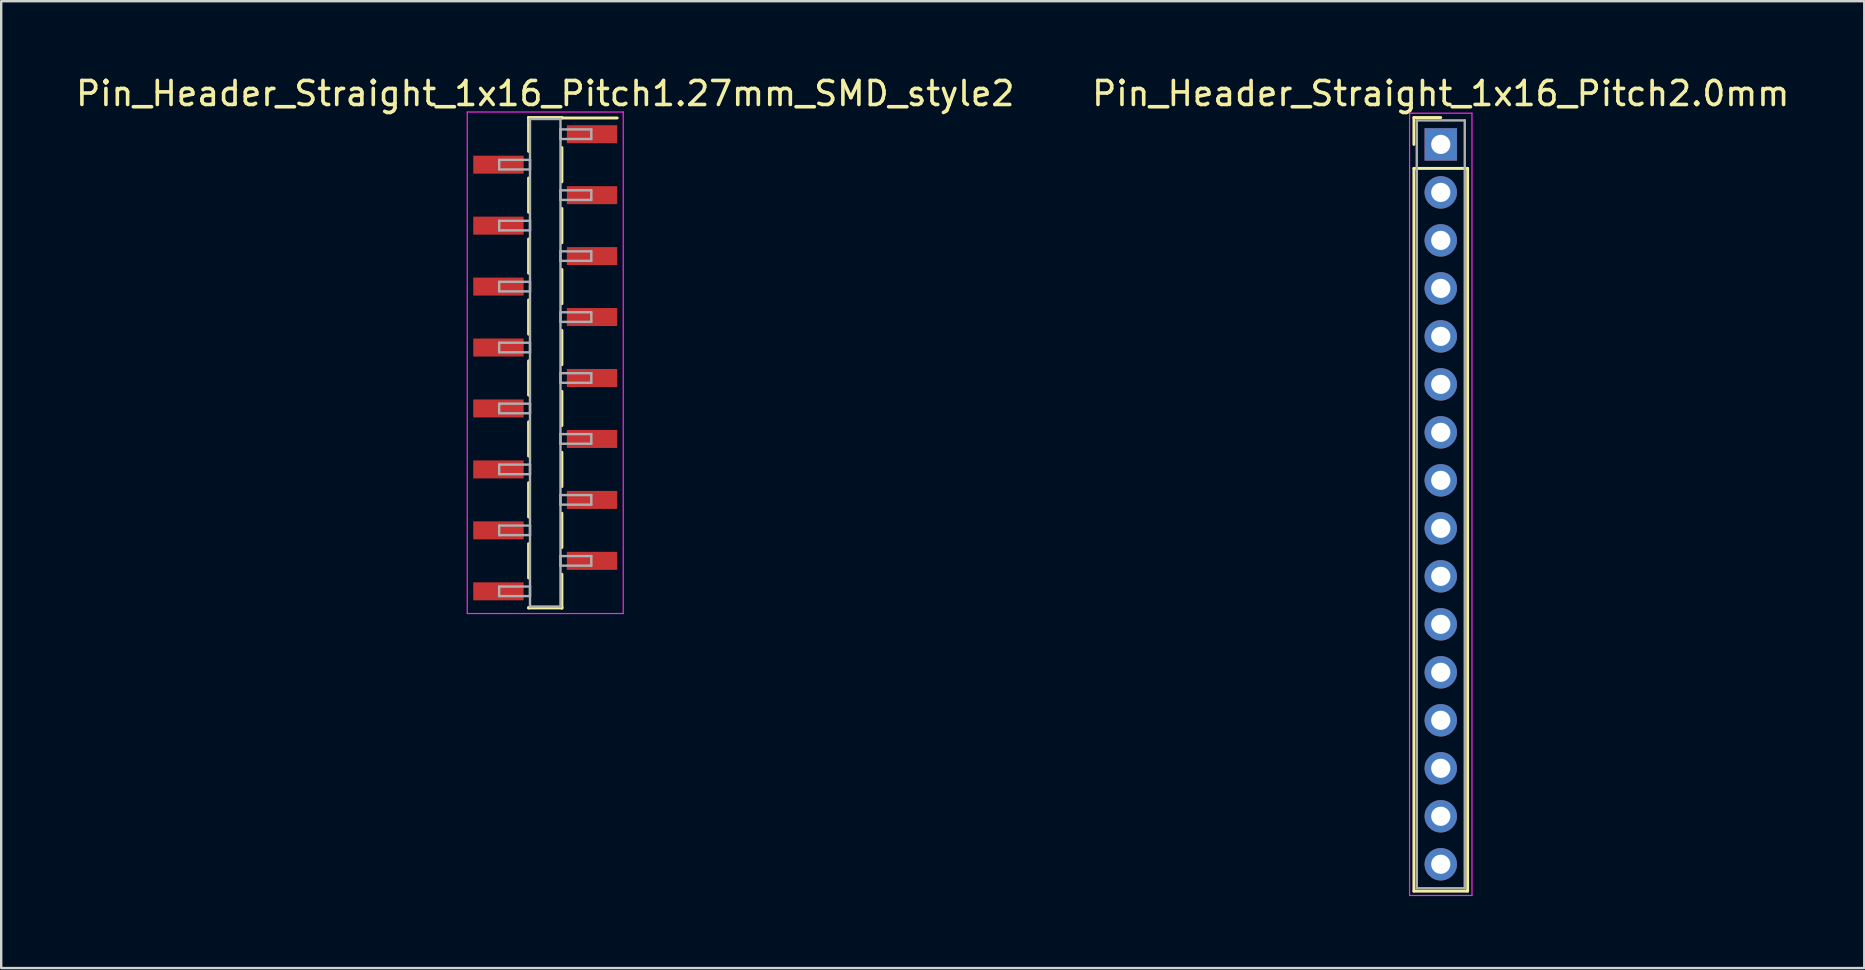
<source format=kicad_pcb>
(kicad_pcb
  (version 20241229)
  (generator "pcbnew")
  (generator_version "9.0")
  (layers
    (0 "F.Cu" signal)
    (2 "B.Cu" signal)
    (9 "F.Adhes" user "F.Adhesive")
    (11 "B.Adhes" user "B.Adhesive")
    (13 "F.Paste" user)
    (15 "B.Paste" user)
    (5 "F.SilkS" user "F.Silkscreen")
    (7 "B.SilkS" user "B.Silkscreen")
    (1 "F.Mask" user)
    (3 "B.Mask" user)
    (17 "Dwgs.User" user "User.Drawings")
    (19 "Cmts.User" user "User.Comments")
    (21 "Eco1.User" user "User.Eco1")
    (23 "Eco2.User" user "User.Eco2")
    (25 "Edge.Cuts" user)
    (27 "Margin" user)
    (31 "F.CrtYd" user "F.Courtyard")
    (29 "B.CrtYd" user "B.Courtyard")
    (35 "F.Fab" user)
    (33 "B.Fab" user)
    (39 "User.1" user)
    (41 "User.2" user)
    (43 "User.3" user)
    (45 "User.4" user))
  (footprint "Pin_Header_Straight_1x16_Pitch2.0mm"
    (layer "F.Cu")
    (at 56.994 2.968)
    (property "Reference" "Pin_Header_Straight_1x16_Pitch2.0mm" (at 0 -2.12 0) (layer "F.SilkS") (effects (font (size 1 1) (thickness 0.15))))
    (attr through_hole)
    (fp_line (start -1.12 -1.12) (end 0 -1.12) (stroke (width 0.12) (type solid)) (layer "F.SilkS"))
    (fp_line (start -1.12 0) (end -1.12 -1.12) (stroke (width 0.12) (type solid)) (layer "F.SilkS"))
    (fp_line (start -1.12 1) (end -1.12 31.12) (stroke (width 0.12) (type solid)) (layer "F.SilkS"))
    (fp_line (start -1.12 31.12) (end 1.12 31.12) (stroke (width 0.12) (type solid)) (layer "F.SilkS"))
    (fp_line (start 1.12 1) (end -1.12 1) (stroke (width 0.12) (type solid)) (layer "F.SilkS"))
    (fp_line (start 1.12 31.12) (end 1.12 1) (stroke (width 0.12) (type solid)) (layer "F.SilkS"))
    (fp_line (start -1.3 -1.3) (end -1.3 31.3) (stroke (width 0.05) (type solid)) (layer "F.CrtYd"))
    (fp_line (start -1.3 31.3) (end 1.3 31.3) (stroke (width 0.05) (type solid)) (layer "F.CrtYd"))
    (fp_line (start 1.3 -1.3) (end -1.3 -1.3) (stroke (width 0.05) (type solid)) (layer "F.CrtYd"))
    (fp_line (start 1.3 31.3) (end 1.3 -1.3) (stroke (width 0.05) (type solid)) (layer "F.CrtYd"))
    (fp_line (start -1 -1) (end -1 31) (stroke (width 0.1) (type solid)) (layer "F.Fab"))
    (fp_line (start -1 31) (end 1 31) (stroke (width 0.1) (type solid)) (layer "F.Fab"))
    (fp_line (start 1 -1) (end -1 -1) (stroke (width 0.1) (type solid)) (layer "F.Fab"))
    (fp_line (start 1 31) (end 1 -1) (stroke (width 0.1) (type solid)) (layer "F.Fab"))
    (pad "1" thru_hole rect (at 0 0) (size 1.35 1.35) (drill 0.8) (layers "*.Cu" "*.Mask"))
    (pad "2" thru_hole oval (at 0 2) (size 1.35 1.35) (drill 0.8) (layers "*.Cu" "*.Mask"))
    (pad "3" thru_hole oval (at 0 4) (size 1.35 1.35) (drill 0.8) (layers "*.Cu" "*.Mask"))
    (pad "4" thru_hole oval (at 0 6) (size 1.35 1.35) (drill 0.8) (layers "*.Cu" "*.Mask"))
    (pad "5" thru_hole oval (at 0 8) (size 1.35 1.35) (drill 0.8) (layers "*.Cu" "*.Mask"))
    (pad "6" thru_hole oval (at 0 10) (size 1.35 1.35) (drill 0.8) (layers "*.Cu" "*.Mask"))
    (pad "7" thru_hole oval (at 0 12) (size 1.35 1.35) (drill 0.8) (layers "*.Cu" "*.Mask"))
    (pad "8" thru_hole oval (at 0 14) (size 1.35 1.35) (drill 0.8) (layers "*.Cu" "*.Mask"))
    (pad "9" thru_hole oval (at 0 16) (size 1.35 1.35) (drill 0.8) (layers "*.Cu" "*.Mask"))
    (pad "10" thru_hole oval (at 0 18) (size 1.35 1.35) (drill 0.8) (layers "*.Cu" "*.Mask"))
    (pad "11" thru_hole oval (at 0 20) (size 1.35 1.35) (drill 0.8) (layers "*.Cu" "*.Mask"))
    (pad "12" thru_hole oval (at 0 22) (size 1.35 1.35) (drill 0.8) (layers "*.Cu" "*.Mask"))
    (pad "13" thru_hole oval (at 0 24) (size 1.35 1.35) (drill 0.8) (layers "*.Cu" "*.Mask"))
    (pad "14" thru_hole oval (at 0 26) (size 1.35 1.35) (drill 0.8) (layers "*.Cu" "*.Mask"))
    (pad "15" thru_hole oval (at 0 28) (size 1.35 1.35) (drill 0.8) (layers "*.Cu" "*.Mask"))
    (pad "16" thru_hole oval (at 0 30) (size 1.35 1.35) (drill 0.8) (layers "*.Cu" "*.Mask")))
  (footprint "Pin_Header_Straight_1x16_Pitch1.27mm_SMD_style2"
    (layer "F.Cu")
    (at 19.673 12.068)
    (property "Reference" "Pin_Header_Straight_1x16_Pitch1.27mm_SMD_style2" (at 0 -11.22 0) (layer "F.SilkS") (effects (font (size 1 1) (thickness 0.15))))
    (attr smd)
    (fp_line (start -0.695 -10.22) (end -0.695 -8.81) (stroke (width 0.12) (type solid)) (layer "F.SilkS"))
    (fp_line (start -0.695 -10.22) (end 0.695 -10.22) (stroke (width 0.12) (type solid)) (layer "F.SilkS"))
    (fp_line (start -0.695 -10.2) (end -0.695 -10.22) (stroke (width 0.12) (type solid)) (layer "F.SilkS"))
    (fp_line (start -0.695 -7.7) (end -0.695 -6.27) (stroke (width 0.12) (type solid)) (layer "F.SilkS"))
    (fp_line (start -0.695 -5.16) (end -0.695 -3.73) (stroke (width 0.12) (type solid)) (layer "F.SilkS"))
    (fp_line (start -0.695 -2.62) (end -0.695 -1.19) (stroke (width 0.12) (type solid)) (layer "F.SilkS"))
    (fp_line (start -0.695 -0.08) (end -0.695 1.35) (stroke (width 0.12) (type solid)) (layer "F.SilkS"))
    (fp_line (start -0.695 2.46) (end -0.695 3.89) (stroke (width 0.12) (type solid)) (layer "F.SilkS"))
    (fp_line (start -0.695 5) (end -0.695 6.43) (stroke (width 0.12) (type solid)) (layer "F.SilkS"))
    (fp_line (start -0.695 7.54) (end -0.695 8.97) (stroke (width 0.12) (type solid)) (layer "F.SilkS"))
    (fp_line (start -0.695 10.2) (end -0.695 10.22) (stroke (width 0.12) (type solid)) (layer "F.SilkS"))
    (fp_line (start -0.695 10.22) (end 0.695 10.22) (stroke (width 0.12) (type solid)) (layer "F.SilkS"))
    (fp_line (start 0.695 -10.22) (end 0.695 -10.2) (stroke (width 0.12) (type solid)) (layer "F.SilkS"))
    (fp_line (start 0.695 -10.2) (end 3 -10.2) (stroke (width 0.12) (type solid)) (layer "F.SilkS"))
    (fp_line (start 0.695 -8.97) (end 0.695 -7.54) (stroke (width 0.12) (type solid)) (layer "F.SilkS"))
    (fp_line (start 0.695 -6.43) (end 0.695 -5) (stroke (width 0.12) (type solid)) (layer "F.SilkS"))
    (fp_line (start 0.695 -3.89) (end 0.695 -2.46) (stroke (width 0.12) (type solid)) (layer "F.SilkS"))
    (fp_line (start 0.695 -1.35) (end 0.695 0.08) (stroke (width 0.12) (type solid)) (layer "F.SilkS"))
    (fp_line (start 0.695 1.19) (end 0.695 2.62) (stroke (width 0.12) (type solid)) (layer "F.SilkS"))
    (fp_line (start 0.695 3.73) (end 0.695 5.16) (stroke (width 0.12) (type solid)) (layer "F.SilkS"))
    (fp_line (start 0.695 6.27) (end 0.695 7.7) (stroke (width 0.12) (type solid)) (layer "F.SilkS"))
    (fp_line (start 0.695 8.81) (end 0.695 10.22) (stroke (width 0.12) (type solid)) (layer "F.SilkS"))
    (fp_line (start 0.695 10.22) (end 0.695 10.2) (stroke (width 0.12) (type solid)) (layer "F.SilkS"))
    (fp_line (start -3.25 -10.45) (end -3.25 10.45) (stroke (width 0.05) (type solid)) (layer "F.CrtYd"))
    (fp_line (start -3.25 10.45) (end 3.25 10.45) (stroke (width 0.05) (type solid)) (layer "F.CrtYd"))
    (fp_line (start 3.25 -10.45) (end -3.25 -10.45) (stroke (width 0.05) (type solid)) (layer "F.CrtYd"))
    (fp_line (start 3.25 10.45) (end 3.25 -10.45) (stroke (width 0.05) (type solid)) (layer "F.CrtYd"))
    (fp_line (start -1.92 -8.455) (end -0.635 -8.455) (stroke (width 0.1) (type solid)) (layer "F.Fab"))
    (fp_line (start -1.92 -8.055) (end -1.92 -8.455) (stroke (width 0.1) (type solid)) (layer "F.Fab"))
    (fp_line (start -1.92 -5.915) (end -0.635 -5.915) (stroke (width 0.1) (type solid)) (layer "F.Fab"))
    (fp_line (start -1.92 -5.515) (end -1.92 -5.915) (stroke (width 0.1) (type solid)) (layer "F.Fab"))
    (fp_line (start -1.92 -3.375) (end -0.635 -3.375) (stroke (width 0.1) (type solid)) (layer "F.Fab"))
    (fp_line (start -1.92 -2.975) (end -1.92 -3.375) (stroke (width 0.1) (type solid)) (layer "F.Fab"))
    (fp_line (start -1.92 -0.835) (end -0.635 -0.835) (stroke (width 0.1) (type solid)) (layer "F.Fab"))
    (fp_line (start -1.92 -0.435) (end -1.92 -0.835) (stroke (width 0.1) (type solid)) (layer "F.Fab"))
    (fp_line (start -1.92 1.705) (end -0.635 1.705) (stroke (width 0.1) (type solid)) (layer "F.Fab"))
    (fp_line (start -1.92 2.105) (end -1.92 1.705) (stroke (width 0.1) (type solid)) (layer "F.Fab"))
    (fp_line (start -1.92 4.245) (end -0.635 4.245) (stroke (width 0.1) (type solid)) (layer "F.Fab"))
    (fp_line (start -1.92 4.645) (end -1.92 4.245) (stroke (width 0.1) (type solid)) (layer "F.Fab"))
    (fp_line (start -1.92 6.785) (end -0.635 6.785) (stroke (width 0.1) (type solid)) (layer "F.Fab"))
    (fp_line (start -1.92 7.185) (end -1.92 6.785) (stroke (width 0.1) (type solid)) (layer "F.Fab"))
    (fp_line (start -1.92 9.325) (end -0.635 9.325) (stroke (width 0.1) (type solid)) (layer "F.Fab"))
    (fp_line (start -1.92 9.725) (end -1.92 9.325) (stroke (width 0.1) (type solid)) (layer "F.Fab"))
    (fp_line (start -0.635 -10.16) (end -0.635 10.16) (stroke (width 0.1) (type solid)) (layer "F.Fab"))
    (fp_line (start -0.635 -8.455) (end -0.635 -8.055) (stroke (width 0.1) (type solid)) (layer "F.Fab"))
    (fp_line (start -0.635 -8.055) (end -1.92 -8.055) (stroke (width 0.1) (type solid)) (layer "F.Fab"))
    (fp_line (start -0.635 -5.915) (end -0.635 -5.515) (stroke (width 0.1) (type solid)) (layer "F.Fab"))
    (fp_line (start -0.635 -5.515) (end -1.92 -5.515) (stroke (width 0.1) (type solid)) (layer "F.Fab"))
    (fp_line (start -0.635 -3.375) (end -0.635 -2.975) (stroke (width 0.1) (type solid)) (layer "F.Fab"))
    (fp_line (start -0.635 -2.975) (end -1.92 -2.975) (stroke (width 0.1) (type solid)) (layer "F.Fab"))
    (fp_line (start -0.635 -0.835) (end -0.635 -0.435) (stroke (width 0.1) (type solid)) (layer "F.Fab"))
    (fp_line (start -0.635 -0.435) (end -1.92 -0.435) (stroke (width 0.1) (type solid)) (layer "F.Fab"))
    (fp_line (start -0.635 1.705) (end -0.635 2.105) (stroke (width 0.1) (type solid)) (layer "F.Fab"))
    (fp_line (start -0.635 2.105) (end -1.92 2.105) (stroke (width 0.1) (type solid)) (layer "F.Fab"))
    (fp_line (start -0.635 4.245) (end -0.635 4.645) (stroke (width 0.1) (type solid)) (layer "F.Fab"))
    (fp_line (start -0.635 4.645) (end -1.92 4.645) (stroke (width 0.1) (type solid)) (layer "F.Fab"))
    (fp_line (start -0.635 6.785) (end -0.635 7.185) (stroke (width 0.1) (type solid)) (layer "F.Fab"))
    (fp_line (start -0.635 7.185) (end -1.92 7.185) (stroke (width 0.1) (type solid)) (layer "F.Fab"))
    (fp_line (start -0.635 9.325) (end -0.635 9.725) (stroke (width 0.1) (type solid)) (layer "F.Fab"))
    (fp_line (start -0.635 9.725) (end -1.92 9.725) (stroke (width 0.1) (type solid)) (layer "F.Fab"))
    (fp_line (start -0.635 10.16) (end 0.635 10.16) (stroke (width 0.1) (type solid)) (layer "F.Fab"))
    (fp_line (start 0.635 -10.16) (end -0.635 -10.16) (stroke (width 0.1) (type solid)) (layer "F.Fab"))
    (fp_line (start 0.635 -9.725) (end 0.635 -9.325) (stroke (width 0.1) (type solid)) (layer "F.Fab"))
    (fp_line (start 0.635 -9.325) (end 1.92 -9.325) (stroke (width 0.1) (type solid)) (layer "F.Fab"))
    (fp_line (start 0.635 -7.185) (end 0.635 -6.785) (stroke (width 0.1) (type solid)) (layer "F.Fab"))
    (fp_line (start 0.635 -6.785) (end 1.92 -6.785) (stroke (width 0.1) (type solid)) (layer "F.Fab"))
    (fp_line (start 0.635 -4.645) (end 0.635 -4.245) (stroke (width 0.1) (type solid)) (layer "F.Fab"))
    (fp_line (start 0.635 -4.245) (end 1.92 -4.245) (stroke (width 0.1) (type solid)) (layer "F.Fab"))
    (fp_line (start 0.635 -2.105) (end 0.635 -1.705) (stroke (width 0.1) (type solid)) (layer "F.Fab"))
    (fp_line (start 0.635 -1.705) (end 1.92 -1.705) (stroke (width 0.1) (type solid)) (layer "F.Fab"))
    (fp_line (start 0.635 0.435) (end 0.635 0.835) (stroke (width 0.1) (type solid)) (layer "F.Fab"))
    (fp_line (start 0.635 0.835) (end 1.92 0.835) (stroke (width 0.1) (type solid)) (layer "F.Fab"))
    (fp_line (start 0.635 2.975) (end 0.635 3.375) (stroke (width 0.1) (type solid)) (layer "F.Fab"))
    (fp_line (start 0.635 3.375) (end 1.92 3.375) (stroke (width 0.1) (type solid)) (layer "F.Fab"))
    (fp_line (start 0.635 5.515) (end 0.635 5.915) (stroke (width 0.1) (type solid)) (layer "F.Fab"))
    (fp_line (start 0.635 5.915) (end 1.92 5.915) (stroke (width 0.1) (type solid)) (layer "F.Fab"))
    (fp_line (start 0.635 8.055) (end 0.635 8.455) (stroke (width 0.1) (type solid)) (layer "F.Fab"))
    (fp_line (start 0.635 8.455) (end 1.92 8.455) (stroke (width 0.1) (type solid)) (layer "F.Fab"))
    (fp_line (start 0.635 10.16) (end 0.635 -10.16) (stroke (width 0.1) (type solid)) (layer "F.Fab"))
    (fp_line (start 1.92 -9.725) (end 0.635 -9.725) (stroke (width 0.1) (type solid)) (layer "F.Fab"))
    (fp_line (start 1.92 -9.325) (end 1.92 -9.725) (stroke (width 0.1) (type solid)) (layer "F.Fab"))
    (fp_line (start 1.92 -7.185) (end 0.635 -7.185) (stroke (width 0.1) (type solid)) (layer "F.Fab"))
    (fp_line (start 1.92 -6.785) (end 1.92 -7.185) (stroke (width 0.1) (type solid)) (layer "F.Fab"))
    (fp_line (start 1.92 -4.645) (end 0.635 -4.645) (stroke (width 0.1) (type solid)) (layer "F.Fab"))
    (fp_line (start 1.92 -4.245) (end 1.92 -4.645) (stroke (width 0.1) (type solid)) (layer "F.Fab"))
    (fp_line (start 1.92 -2.105) (end 0.635 -2.105) (stroke (width 0.1) (type solid)) (layer "F.Fab"))
    (fp_line (start 1.92 -1.705) (end 1.92 -2.105) (stroke (width 0.1) (type solid)) (layer "F.Fab"))
    (fp_line (start 1.92 0.435) (end 0.635 0.435) (stroke (width 0.1) (type solid)) (layer "F.Fab"))
    (fp_line (start 1.92 0.835) (end 1.92 0.435) (stroke (width 0.1) (type solid)) (layer "F.Fab"))
    (fp_line (start 1.92 2.975) (end 0.635 2.975) (stroke (width 0.1) (type solid)) (layer "F.Fab"))
    (fp_line (start 1.92 3.375) (end 1.92 2.975) (stroke (width 0.1) (type solid)) (layer "F.Fab"))
    (fp_line (start 1.92 5.515) (end 0.635 5.515) (stroke (width 0.1) (type solid)) (layer "F.Fab"))
    (fp_line (start 1.92 5.915) (end 1.92 5.515) (stroke (width 0.1) (type solid)) (layer "F.Fab"))
    (fp_line (start 1.92 8.055) (end 0.635 8.055) (stroke (width 0.1) (type solid)) (layer "F.Fab"))
    (fp_line (start 1.92 8.455) (end 1.92 8.055) (stroke (width 0.1) (type solid)) (layer "F.Fab"))
    (pad "1" smd rect (at 1.95 -9.525) (size 2.1 0.75) (layers "F.Cu" "F.Mask"))
    (pad "2" smd rect (at -1.95 -8.255) (size 2.1 0.75) (layers "F.Cu" "F.Mask"))
    (pad "3" smd rect (at 1.95 -6.985) (size 2.1 0.75) (layers "F.Cu" "F.Mask"))
    (pad "4" smd rect (at -1.95 -5.715) (size 2.1 0.75) (layers "F.Cu" "F.Mask"))
    (pad "5" smd rect (at 1.95 -4.445) (size 2.1 0.75) (layers "F.Cu" "F.Mask"))
    (pad "6" smd rect (at -1.95 -3.175) (size 2.1 0.75) (layers "F.Cu" "F.Mask"))
    (pad "7" smd rect (at 1.95 -1.905) (size 2.1 0.75) (layers "F.Cu" "F.Mask"))
    (pad "8" smd rect (at -1.95 -0.635) (size 2.1 0.75) (layers "F.Cu" "F.Mask"))
    (pad "9" smd rect (at 1.95 0.635) (size 2.1 0.75) (layers "F.Cu" "F.Mask"))
    (pad "10" smd rect (at -1.95 1.905) (size 2.1 0.75) (layers "F.Cu" "F.Mask"))
    (pad "11" smd rect (at 1.95 3.175) (size 2.1 0.75) (layers "F.Cu" "F.Mask"))
    (pad "12" smd rect (at -1.95 4.445) (size 2.1 0.75) (layers "F.Cu" "F.Mask"))
    (pad "13" smd rect (at 1.95 5.715) (size 2.1 0.75) (layers "F.Cu" "F.Mask"))
    (pad "14" smd rect (at -1.95 6.985) (size 2.1 0.75) (layers "F.Cu" "F.Mask"))
    (pad "15" smd rect (at 1.95 8.255) (size 2.1 0.75) (layers "F.Cu" "F.Mask"))
    (pad "16" smd rect (at -1.95 9.525) (size 2.1 0.75) (layers "F.Cu" "F.Mask")))
  (gr_rect
    (start -3 -3)
    (end 74.643 37.293)
    (stroke (width 0.1) (type default))
    (fill no)
    (layer "Edge.Cuts")))
</source>
